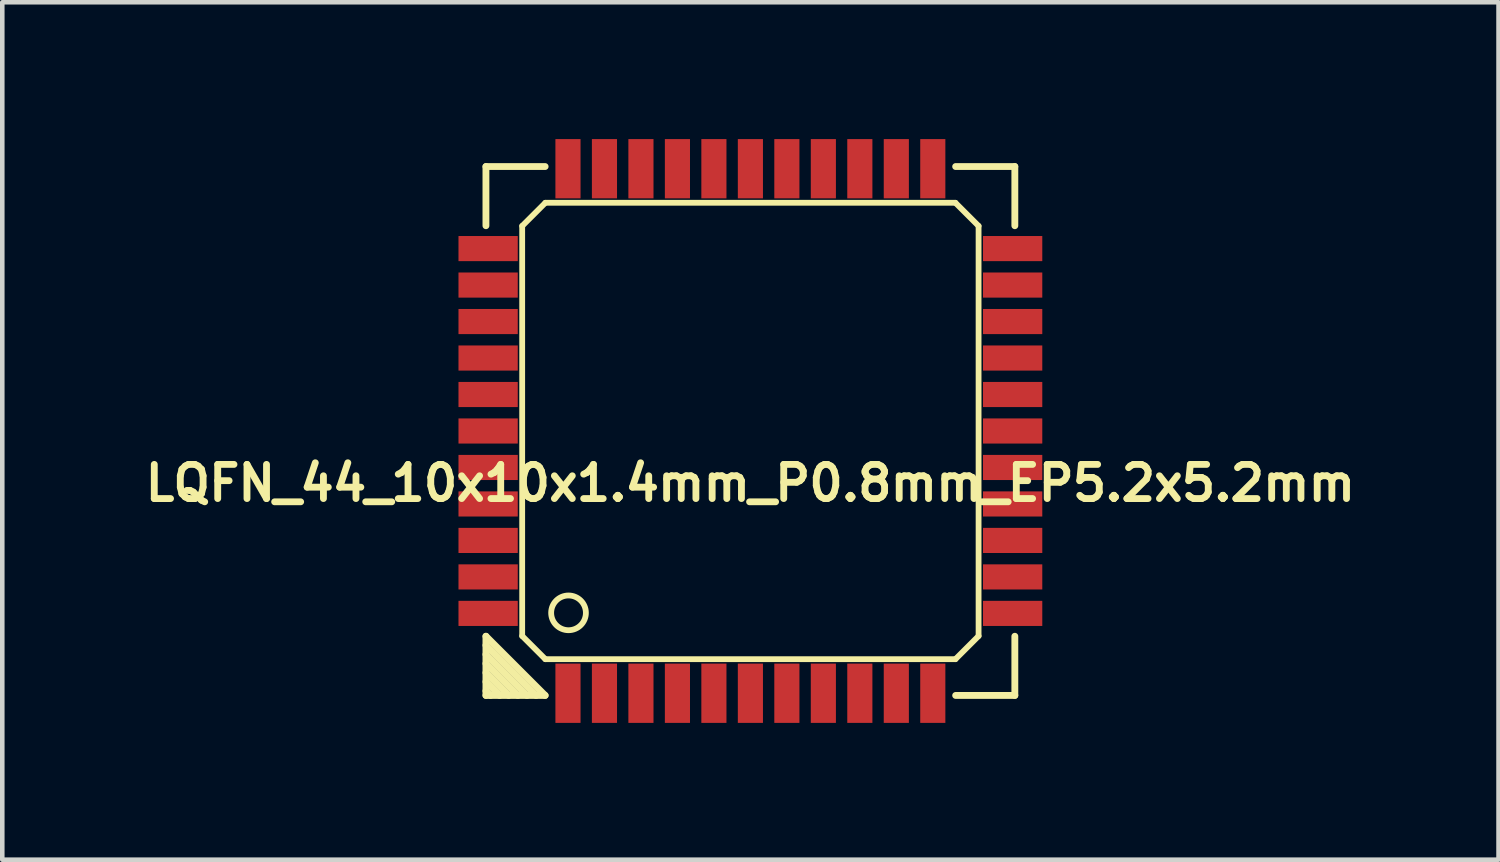
<source format=kicad_pcb>
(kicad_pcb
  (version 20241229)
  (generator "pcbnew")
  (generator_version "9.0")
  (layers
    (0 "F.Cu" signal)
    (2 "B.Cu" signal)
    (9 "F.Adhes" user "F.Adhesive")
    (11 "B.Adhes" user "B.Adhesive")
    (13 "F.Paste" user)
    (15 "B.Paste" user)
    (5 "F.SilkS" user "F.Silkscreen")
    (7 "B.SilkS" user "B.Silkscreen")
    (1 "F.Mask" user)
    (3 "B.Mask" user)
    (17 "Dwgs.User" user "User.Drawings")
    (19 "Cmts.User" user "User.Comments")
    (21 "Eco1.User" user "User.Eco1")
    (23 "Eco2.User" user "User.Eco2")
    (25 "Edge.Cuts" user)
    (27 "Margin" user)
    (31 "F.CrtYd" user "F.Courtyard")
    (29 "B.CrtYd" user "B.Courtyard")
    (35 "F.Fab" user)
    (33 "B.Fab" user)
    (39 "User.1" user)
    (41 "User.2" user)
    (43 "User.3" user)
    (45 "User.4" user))
  (footprint "LQFN_44_10x10x1.4mm_P0.8mm_EP5.2x5.2mm"
    (layer "F.Cu")
    (at 13.405 6.401)
    (property "Reference" "LQFN_44_10x10x1.4mm_P0.8mm_EP5.2x5.2mm" (at 0 1.143 0) (layer "F.SilkS") (effects (font (size 0.749 0.749) (thickness 0.15))))
    (attr through_hole)
    (fp_line (start -5.799 -5.799) (end -4.501 -5.799) (stroke (width 0.15) (type solid)) (layer "F.SilkS"))
    (fp_line (start -5.799 -4.501) (end -5.799 -5.799) (stroke (width 0.15) (type solid)) (layer "F.SilkS"))
    (fp_line (start -5.799 4.501) (end -4.501 5.799) (stroke (width 0.15) (type solid)) (layer "F.SilkS"))
    (fp_line (start -5.799 4.9) (end -4.9 5.799) (stroke (width 0.15) (type solid)) (layer "F.SilkS"))
    (fp_line (start -5.799 5.301) (end -5.301 5.799) (stroke (width 0.15) (type solid)) (layer "F.SilkS"))
    (fp_line (start -5.799 5.7) (end -5.7 5.799) (stroke (width 0.15) (type solid)) (layer "F.SilkS"))
    (fp_line (start -5.799 5.799) (end -5.799 4.501) (stroke (width 0.15) (type solid)) (layer "F.SilkS"))
    (fp_line (start -5.499 5.799) (end -5.799 5.499) (stroke (width 0.15) (type solid)) (layer "F.SilkS"))
    (fp_line (start -5.1 5.799) (end -5.799 5.1) (stroke (width 0.15) (type solid)) (layer "F.SilkS"))
    (fp_line (start -5.004 -4.496) (end -4.496 -5.004) (stroke (width 0.127) (type solid)) (layer "F.SilkS"))
    (fp_line (start -5.004 4.496) (end -5.004 -4.496) (stroke (width 0.127) (type solid)) (layer "F.SilkS"))
    (fp_line (start -4.699 5.799) (end -5.799 4.699) (stroke (width 0.15) (type solid)) (layer "F.SilkS"))
    (fp_line (start -4.501 5.799) (end -5.799 5.799) (stroke (width 0.15) (type solid)) (layer "F.SilkS"))
    (fp_line (start -4.496 -5.004) (end 4.496 -5.004) (stroke (width 0.127) (type solid)) (layer "F.SilkS"))
    (fp_line (start -4.496 5.004) (end -5.004 4.496) (stroke (width 0.127) (type solid)) (layer "F.SilkS"))
    (fp_line (start 4.496 -5.004) (end 5.004 -4.496) (stroke (width 0.127) (type solid)) (layer "F.SilkS"))
    (fp_line (start 4.496 5.004) (end -4.496 5.004) (stroke (width 0.127) (type solid)) (layer "F.SilkS"))
    (fp_line (start 4.501 -5.799) (end 5.799 -5.799) (stroke (width 0.15) (type solid)) (layer "F.SilkS"))
    (fp_line (start 5.004 4.496) (end 4.496 5.004) (stroke (width 0.127) (type solid)) (layer "F.SilkS"))
    (fp_line (start 5.004 4.496) (end 5.004 -4.496) (stroke (width 0.127) (type solid)) (layer "F.SilkS"))
    (fp_line (start 5.799 -5.799) (end 5.799 -4.501) (stroke (width 0.15) (type solid)) (layer "F.SilkS"))
    (fp_line (start 5.799 4.501) (end 5.799 5.799) (stroke (width 0.15) (type solid)) (layer "F.SilkS"))
    (fp_line (start 5.799 5.799) (end 4.501 5.799) (stroke (width 0.15) (type solid)) (layer "F.SilkS"))
    (fp_circle (center -3.988 3.988) (end -4.216 4.293) (stroke (width 0.127) (type solid)) (fill no) (layer "F.SilkS"))
    (pad "1" smd rect (at -4 5.751) (size 0.551 1.3) (layers "F.Cu" "F.Mask" "F.Paste"))
    (pad "2" smd rect (at -3.2 5.751) (size 0.551 1.3) (layers "F.Cu" "F.Mask" "F.Paste"))
    (pad "3" smd rect (at -2.4 5.751) (size 0.551 1.3) (layers "F.Cu" "F.Mask" "F.Paste"))
    (pad "4" smd rect (at -1.6 5.751) (size 0.551 1.3) (layers "F.Cu" "F.Mask" "F.Paste"))
    (pad "5" smd rect (at -0.8 5.751) (size 0.551 1.3) (layers "F.Cu" "F.Mask" "F.Paste"))
    (pad "6" smd rect (at 0 5.751) (size 0.551 1.3) (layers "F.Cu" "F.Mask" "F.Paste"))
    (pad "7" smd rect (at 0.8 5.751) (size 0.551 1.3) (layers "F.Cu" "F.Mask" "F.Paste"))
    (pad "8" smd rect (at 1.6 5.751) (size 0.551 1.3) (layers "F.Cu" "F.Mask" "F.Paste"))
    (pad "9" smd rect (at 2.4 5.751) (size 0.551 1.3) (layers "F.Cu" "F.Mask" "F.Paste"))
    (pad "10" smd rect (at 3.2 5.751) (size 0.551 1.3) (layers "F.Cu" "F.Mask" "F.Paste"))
    (pad "11" smd rect (at 4 5.751) (size 0.551 1.3) (layers "F.Cu" "F.Mask" "F.Paste"))
    (pad "12" smd rect (at 5.751 4) (size 1.3 0.551) (layers "F.Cu" "F.Mask" "F.Paste"))
    (pad "13" smd rect (at 5.751 3.2) (size 1.3 0.551) (layers "F.Cu" "F.Mask" "F.Paste"))
    (pad "14" smd rect (at 5.751 2.4) (size 1.3 0.551) (layers "F.Cu" "F.Mask" "F.Paste"))
    (pad "15" smd rect (at 5.751 1.6) (size 1.3 0.551) (layers "F.Cu" "F.Mask" "F.Paste"))
    (pad "16" smd rect (at 5.751 0.8) (size 1.3 0.551) (layers "F.Cu" "F.Mask" "F.Paste"))
    (pad "17" smd rect (at 5.751 0) (size 1.3 0.551) (layers "F.Cu" "F.Mask" "F.Paste"))
    (pad "18" smd rect (at 5.751 -0.8) (size 1.3 0.551) (layers "F.Cu" "F.Mask" "F.Paste"))
    (pad "19" smd rect (at 5.751 -1.6) (size 1.3 0.551) (layers "F.Cu" "F.Mask" "F.Paste"))
    (pad "20" smd rect (at 5.751 -2.4) (size 1.3 0.551) (layers "F.Cu" "F.Mask" "F.Paste"))
    (pad "21" smd rect (at 5.751 -3.2) (size 1.3 0.551) (layers "F.Cu" "F.Mask" "F.Paste"))
    (pad "22" smd rect (at 5.751 -4) (size 1.3 0.551) (layers "F.Cu" "F.Mask" "F.Paste"))
    (pad "23" smd rect (at 4 -5.751) (size 0.551 1.3) (layers "F.Cu" "F.Mask" "F.Paste"))
    (pad "24" smd rect (at 3.2 -5.751) (size 0.551 1.3) (layers "F.Cu" "F.Mask" "F.Paste"))
    (pad "25" smd rect (at 2.4 -5.751) (size 0.551 1.3) (layers "F.Cu" "F.Mask" "F.Paste"))
    (pad "26" smd rect (at 1.6 -5.751) (size 0.551 1.3) (layers "F.Cu" "F.Mask" "F.Paste"))
    (pad "27" smd rect (at 0.8 -5.751) (size 0.551 1.3) (layers "F.Cu" "F.Mask" "F.Paste"))
    (pad "28" smd rect (at 0 -5.751) (size 0.551 1.3) (layers "F.Cu" "F.Mask" "F.Paste"))
    (pad "29" smd rect (at -0.8 -5.751) (size 0.551 1.3) (layers "F.Cu" "F.Mask" "F.Paste"))
    (pad "30" smd rect (at -1.6 -5.751) (size 0.551 1.3) (layers "F.Cu" "F.Mask" "F.Paste"))
    (pad "31" smd rect (at -2.4 -5.751) (size 0.551 1.3) (layers "F.Cu" "F.Mask" "F.Paste"))
    (pad "32" smd rect (at -3.2 -5.751) (size 0.551 1.3) (layers "F.Cu" "F.Mask" "F.Paste"))
    (pad "33" smd rect (at -4 -5.751) (size 0.551 1.3) (layers "F.Cu" "F.Mask" "F.Paste"))
    (pad "34" smd rect (at -5.751 -4) (size 1.3 0.551) (layers "F.Cu" "F.Mask" "F.Paste"))
    (pad "35" smd rect (at -5.751 -3.2) (size 1.3 0.551) (layers "F.Cu" "F.Mask" "F.Paste"))
    (pad "36" smd rect (at -5.751 -2.4) (size 1.3 0.551) (layers "F.Cu" "F.Mask" "F.Paste"))
    (pad "37" smd rect (at -5.751 -1.6) (size 1.3 0.551) (layers "F.Cu" "F.Mask" "F.Paste"))
    (pad "38" smd rect (at -5.751 -0.8) (size 1.3 0.551) (layers "F.Cu" "F.Mask" "F.Paste"))
    (pad "39" smd rect (at -5.751 0) (size 1.3 0.551) (layers "F.Cu" "F.Mask" "F.Paste"))
    (pad "40" smd rect (at -5.751 0.8) (size 1.3 0.551) (layers "F.Cu" "F.Mask" "F.Paste"))
    (pad "41" smd rect (at -5.751 1.6) (size 1.3 0.551) (layers "F.Cu" "F.Mask" "F.Paste"))
    (pad "42" smd rect (at -5.751 2.4) (size 1.3 0.551) (layers "F.Cu" "F.Mask" "F.Paste"))
    (pad "43" smd rect (at -5.751 3.2) (size 1.3 0.551) (layers "F.Cu" "F.Mask" "F.Paste"))
    (pad "44" smd rect (at -5.751 4) (size 1.3 0.551) (layers "F.Cu" "F.Mask" "F.Paste")))
  (gr_rect
    (start -3 -3)
    (end 29.811 15.802)
    (stroke (width 0.1) (type default))
    (fill no)
    (layer "Edge.Cuts")))
</source>
